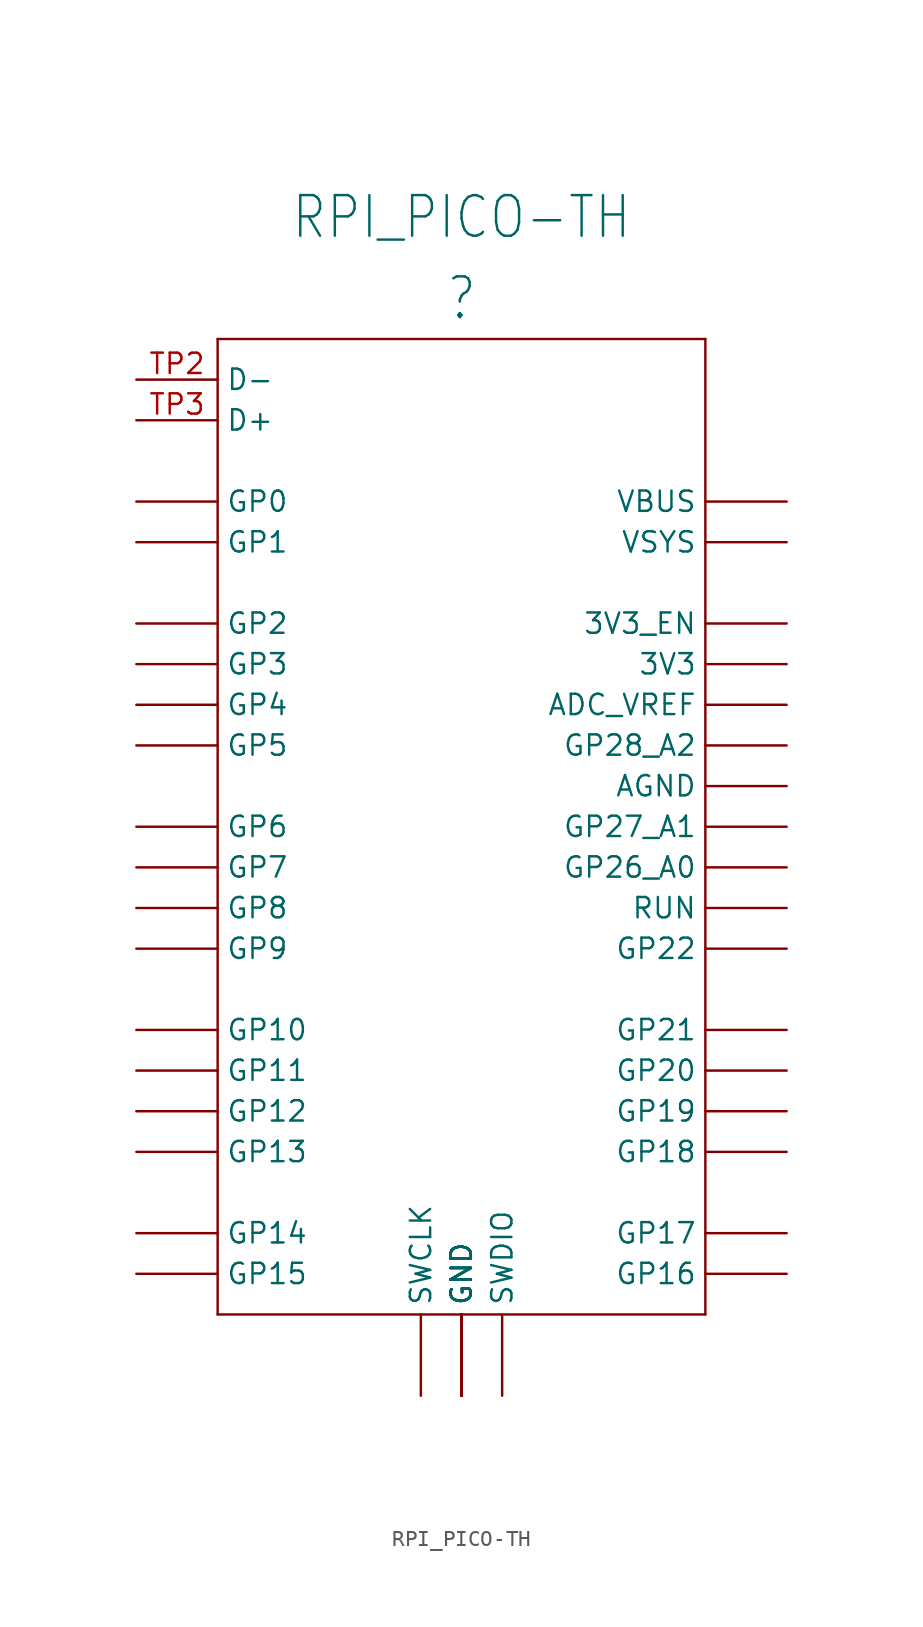
<source format=kicad_sym>
(kicad_symbol_lib
  (version 20220914)
  (generator kicad_symbol_editor)
  (symbol "RPI_PICO-TH"
    (property "Reference" ""
      (at 0 38.1 0)
      (effects (font (size 2.54 2.159))))
    (property "Value" "RPI_PICO-TH"
      (at 0 43.18 0)
      (effects (font (size 2.54 2.159))))
    (property "ki_locked" ""
      (at 0 0 0)
      (effects (font (size 1.27 1.27))))
    (symbol "RPI_PICO-TH_1_0"
      (polyline (pts (xy -15.24 -25.4) (xy 15.24 -25.4)) (stroke (width 0.152) (type default)) (fill (type none)))
      (polyline (pts (xy -15.24 35.56) (xy -15.24 -25.4)) (stroke (width 0.152) (type default)) (fill (type none)))
      (polyline (pts (xy 15.24 -25.4) (xy 15.24 35.56)) (stroke (width 0.152) (type default)) (fill (type none)))
      (polyline (pts (xy 15.24 35.56) (xy -15.24 35.56)) (stroke (width 0.152) (type default)) (fill (type none)))
      (pin bidirectional line (at 20.32 15.24 180) (length 5.08) (name "3V3" (effects (font (size 1.27 1.27)))) (number "3V3" (effects (font (size 0 0)))))
      (pin bidirectional line (at 20.32 17.78 180) (length 5.08) (name "3V3_EN" (effects (font (size 1.27 1.27)))) (number "3V3_EN" (effects (font (size 0 0)))))
      (pin bidirectional line (at 20.32 12.7 180) (length 5.08) (name "ADC_VREF" (effects (font (size 1.27 1.27)))) (number "ADC_VREF" (effects (font (size 0 0)))))
      (pin bidirectional line (at 20.32 7.62 180) (length 5.08) (name "AGND" (effects (font (size 1.27 1.27)))) (number "AGND" (effects (font (size 0 0)))))
      (pin bidirectional line (at 0 -30.48 90) (length 5.08) (name "GND" (effects (font (size 1.27 1.27)))) (number "GND@1" (effects (font (size 0 0)))))
      (pin bidirectional line (at 0 -30.48 90) (length 5.08) (name "GND" (effects (font (size 1.27 1.27)))) (number "GND@2" (effects (font (size 0 0)))))
      (pin bidirectional line (at 0 -30.48 90) (length 5.08) (name "GND" (effects (font (size 1.27 1.27)))) (number "GND@3" (effects (font (size 0 0)))))
      (pin bidirectional line (at 0 -30.48 90) (length 5.08) (name "GND" (effects (font (size 1.27 1.27)))) (number "GND@4" (effects (font (size 0 0)))))
      (pin bidirectional line (at 0 -30.48 90) (length 5.08) (name "GND" (effects (font (size 1.27 1.27)))) (number "GND@5" (effects (font (size 0 0)))))
      (pin bidirectional line (at 0 -30.48 90) (length 5.08) (name "GND" (effects (font (size 1.27 1.27)))) (number "GND@6" (effects (font (size 0 0)))))
      (pin bidirectional line (at 0 -30.48 90) (length 5.08) (name "GND" (effects (font (size 1.27 1.27)))) (number "GND@7" (effects (font (size 0 0)))))
      (pin bidirectional line (at 0 -30.48 90) (length 5.08) (name "GND" (effects (font (size 1.27 1.27)))) (number "GND@8" (effects (font (size 0 0)))))
      (pin bidirectional line (at -20.32 25.4 0) (length 5.08) (name "GP0" (effects (font (size 1.27 1.27)))) (number "GP0" (effects (font (size 0 0)))))
      (pin bidirectional line (at -20.32 22.86 0) (length 5.08) (name "GP1" (effects (font (size 1.27 1.27)))) (number "GP1" (effects (font (size 0 0)))))
      (pin bidirectional line (at -20.32 -7.62 0) (length 5.08) (name "GP10" (effects (font (size 1.27 1.27)))) (number "GP10" (effects (font (size 0 0)))))
      (pin bidirectional line (at -20.32 -10.16 0) (length 5.08) (name "GP11" (effects (font (size 1.27 1.27)))) (number "GP11" (effects (font (size 0 0)))))
      (pin bidirectional line (at -20.32 -12.7 0) (length 5.08) (name "GP12" (effects (font (size 1.27 1.27)))) (number "GP12" (effects (font (size 0 0)))))
      (pin bidirectional line (at -20.32 -15.24 0) (length 5.08) (name "GP13" (effects (font (size 1.27 1.27)))) (number "GP13" (effects (font (size 0 0)))))
      (pin bidirectional line (at -20.32 -20.32 0) (length 5.08) (name "GP14" (effects (font (size 1.27 1.27)))) (number "GP14" (effects (font (size 0 0)))))
      (pin bidirectional line (at -20.32 -22.86 0) (length 5.08) (name "GP15" (effects (font (size 1.27 1.27)))) (number "GP15" (effects (font (size 0 0)))))
      (pin bidirectional line (at 20.32 -22.86 180) (length 5.08) (name "GP16" (effects (font (size 1.27 1.27)))) (number "GP16" (effects (font (size 0 0)))))
      (pin bidirectional line (at 20.32 -20.32 180) (length 5.08) (name "GP17" (effects (font (size 1.27 1.27)))) (number "GP17" (effects (font (size 0 0)))))
      (pin bidirectional line (at 20.32 -15.24 180) (length 5.08) (name "GP18" (effects (font (size 1.27 1.27)))) (number "GP18" (effects (font (size 0 0)))))
      (pin bidirectional line (at 20.32 -12.7 180) (length 5.08) (name "GP19" (effects (font (size 1.27 1.27)))) (number "GP19" (effects (font (size 0 0)))))
      (pin bidirectional line (at -20.32 17.78 0) (length 5.08) (name "GP2" (effects (font (size 1.27 1.27)))) (number "GP2" (effects (font (size 0 0)))))
      (pin bidirectional line (at 20.32 -10.16 180) (length 5.08) (name "GP20" (effects (font (size 1.27 1.27)))) (number "GP20" (effects (font (size 0 0)))))
      (pin bidirectional line (at 20.32 -7.62 180) (length 5.08) (name "GP21" (effects (font (size 1.27 1.27)))) (number "GP21" (effects (font (size 0 0)))))
      (pin bidirectional line (at 20.32 -2.54 180) (length 5.08) (name "GP22" (effects (font (size 1.27 1.27)))) (number "GP22" (effects (font (size 0 0)))))
      (pin bidirectional line (at 20.32 2.54 180) (length 5.08) (name "GP26_A0" (effects (font (size 1.27 1.27)))) (number "GP26_A0" (effects (font (size 0 0)))))
      (pin bidirectional line (at 20.32 5.08 180) (length 5.08) (name "GP27_A1" (effects (font (size 1.27 1.27)))) (number "GP27_A1" (effects (font (size 0 0)))))
      (pin bidirectional line (at 20.32 10.16 180) (length 5.08) (name "GP28_A2" (effects (font (size 1.27 1.27)))) (number "GP28_A2" (effects (font (size 0 0)))))
      (pin bidirectional line (at -20.32 15.24 0) (length 5.08) (name "GP3" (effects (font (size 1.27 1.27)))) (number "GP3" (effects (font (size 0 0)))))
      (pin bidirectional line (at -20.32 12.7 0) (length 5.08) (name "GP4" (effects (font (size 1.27 1.27)))) (number "GP4" (effects (font (size 0 0)))))
      (pin bidirectional line (at -20.32 10.16 0) (length 5.08) (name "GP5" (effects (font (size 1.27 1.27)))) (number "GP5" (effects (font (size 0 0)))))
      (pin bidirectional line (at -20.32 5.08 0) (length 5.08) (name "GP6" (effects (font (size 1.27 1.27)))) (number "GP6" (effects (font (size 0 0)))))
      (pin bidirectional line (at -20.32 2.54 0) (length 5.08) (name "GP7" (effects (font (size 1.27 1.27)))) (number "GP7" (effects (font (size 0 0)))))
      (pin bidirectional line (at -20.32 0 0) (length 5.08) (name "GP8" (effects (font (size 1.27 1.27)))) (number "GP8" (effects (font (size 0 0)))))
      (pin bidirectional line (at -20.32 -2.54 0) (length 5.08) (name "GP9" (effects (font (size 1.27 1.27)))) (number "GP9" (effects (font (size 0 0)))))
      (pin bidirectional line (at 20.32 0 180) (length 5.08) (name "RUN" (effects (font (size 1.27 1.27)))) (number "RUN" (effects (font (size 0 0)))))
      (pin bidirectional line (at -2.54 -30.48 90) (length 5.08) (name "SWCLK" (effects (font (size 1.27 1.27)))) (number "SWCLK" (effects (font (size 0 0)))))
      (pin bidirectional line (at 2.54 -30.48 90) (length 5.08) (name "SWDIO" (effects (font (size 1.27 1.27)))) (number "SWDIO" (effects (font (size 0 0)))))
      (pin bidirectional line (at -20.32 33.02 0) (length 5.08) (name "D-" (effects (font (size 1.27 1.27)))) (number "TP2" (effects (font (size 1.27 1.27)))))
      (pin bidirectional line (at -20.32 30.48 0) (length 5.08) (name "D+" (effects (font (size 1.27 1.27)))) (number "TP3" (effects (font (size 1.27 1.27)))))
      (pin bidirectional line (at 20.32 25.4 180) (length 5.08) (name "VBUS" (effects (font (size 1.27 1.27)))) (number "VBUS" (effects (font (size 0 0)))))
      (pin bidirectional line (at 20.32 22.86 180) (length 5.08) (name "VSYS" (effects (font (size 1.27 1.27)))) (number "VSYS" (effects (font (size 0 0))))))))
</source>
